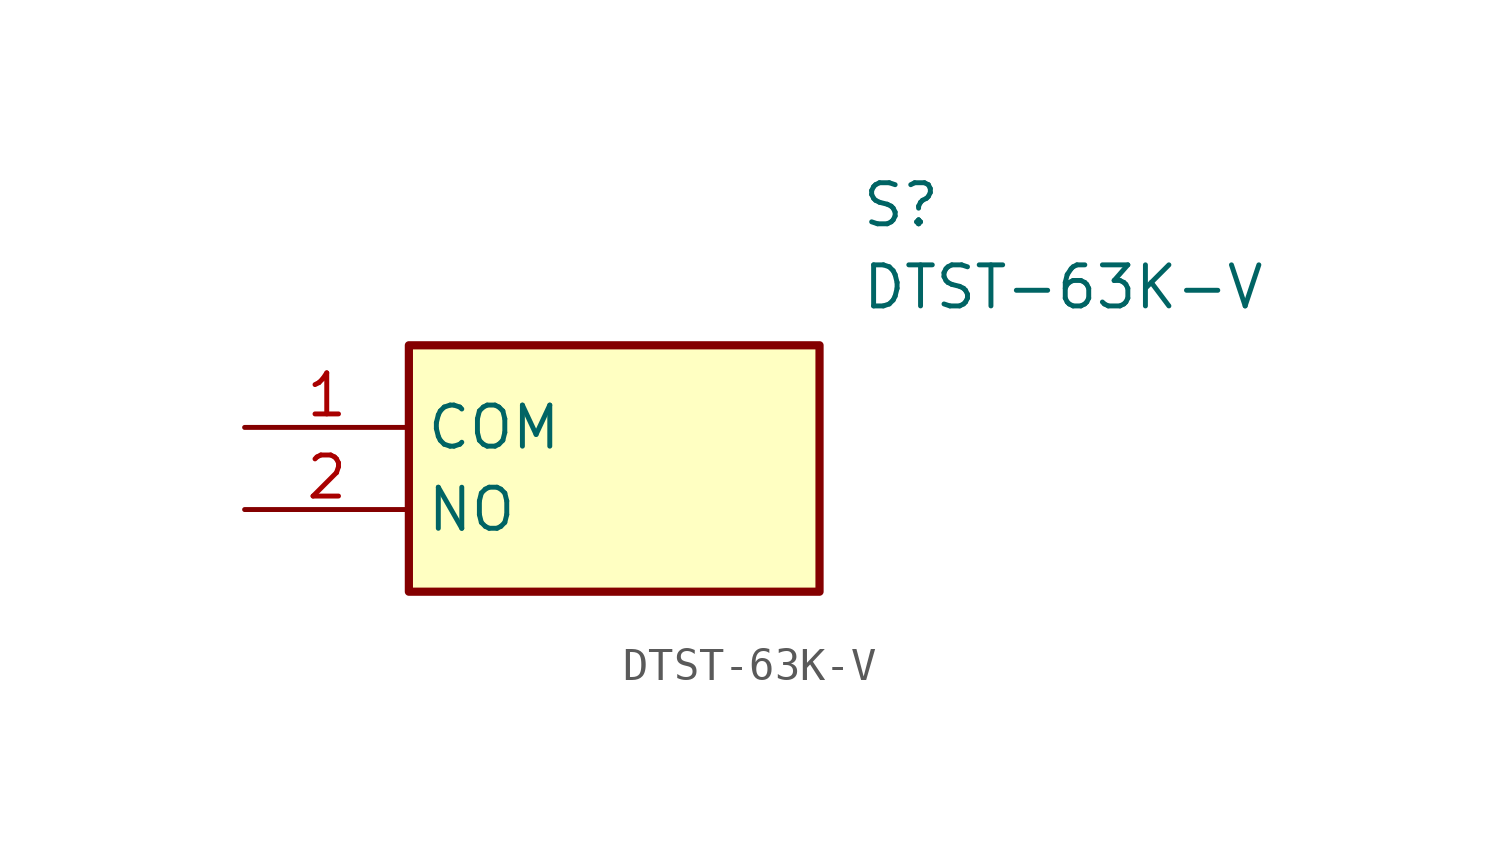
<source format=kicad_sym>
(kicad_symbol_lib
  (version 20211014)
  (generator SamacSys_ECAD_Model)
  (symbol "DTST-63K-V"
    (property "Reference" "S"
      (at 19.05 7.62 0)
      (effects (font (size 1.27 1.27)) (justify left top)))
    (property "Value" "DTST-63K-V"
      (at 19.05 5.08 0)
      (effects (font (size 1.27 1.27)) (justify left top)))
    (rectangle
      (start 5.08 2.54)
      (end 17.78 -5.08)
      (stroke (width 0.254) (type default))
      (fill (type background)))
    (pin passive line
      (at 0 0 0)
      (length 5.08)
      (name "COM" (effects (font (size 1.27 1.27))))
      (number "1" (effects (font (size 1.27 1.27)))))
    (pin passive line
      (at 0 -2.54 0)
      (length 5.08)
      (name "NO" (effects (font (size 1.27 1.27))))
      (number "2" (effects (font (size 1.27 1.27)))))))
</source>
